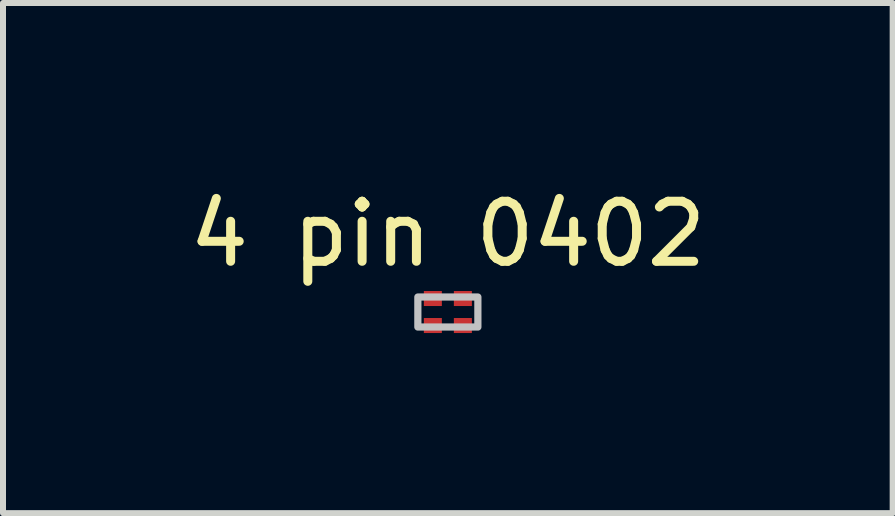
<source format=kicad_pcb>
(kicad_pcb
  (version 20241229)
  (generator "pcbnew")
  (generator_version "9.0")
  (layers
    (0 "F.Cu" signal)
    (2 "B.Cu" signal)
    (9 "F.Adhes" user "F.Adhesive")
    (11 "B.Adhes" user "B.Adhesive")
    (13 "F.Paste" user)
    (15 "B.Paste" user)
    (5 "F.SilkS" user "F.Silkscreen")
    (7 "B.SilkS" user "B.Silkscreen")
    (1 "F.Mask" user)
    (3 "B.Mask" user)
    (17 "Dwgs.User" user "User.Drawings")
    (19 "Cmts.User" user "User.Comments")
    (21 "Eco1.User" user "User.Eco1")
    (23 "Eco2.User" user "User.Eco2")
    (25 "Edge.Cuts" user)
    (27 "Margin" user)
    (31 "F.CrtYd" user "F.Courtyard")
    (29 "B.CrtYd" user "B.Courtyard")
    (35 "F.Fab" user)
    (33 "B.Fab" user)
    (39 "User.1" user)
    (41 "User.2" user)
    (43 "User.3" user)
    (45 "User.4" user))
  (footprint "4 pin 0402"
    (layer "F.Cu")
    (at 4.411 2.148)
    (property "Reference" "4 pin 0402" (at 0 -1.3 0) (unlocked yes) (layer "F.SilkS") (effects (font (size 1 1) (thickness 0.15))))
    (attr smd)
    (fp_rect (start -0.5 -0.25) (end 0.5 0.25) (stroke (width 0.12) (type default)) (fill no) (layer "Dwgs.User"))
    (pad "1" smd rect (at 0.25 -0.225) (size 0.3 0.25) (layers "F.Cu" "F.Mask" "F.Paste"))
    (pad "2" smd rect (at -0.25 -0.225) (size 0.3 0.25) (layers "F.Cu" "F.Mask" "F.Paste"))
    (pad "3" smd rect (at -0.25 0.225) (size 0.3 0.25) (layers "F.Cu" "F.Mask" "F.Paste"))
    (pad "4" smd rect (at 0.25 0.225) (size 0.3 0.25) (layers "F.Cu" "F.Mask" "F.Paste")))
  (gr_rect
    (start -3 -3)
    (end 11.821 5.498)
    (stroke (width 0.1) (type default))
    (fill no)
    (layer "Edge.Cuts")))
</source>
